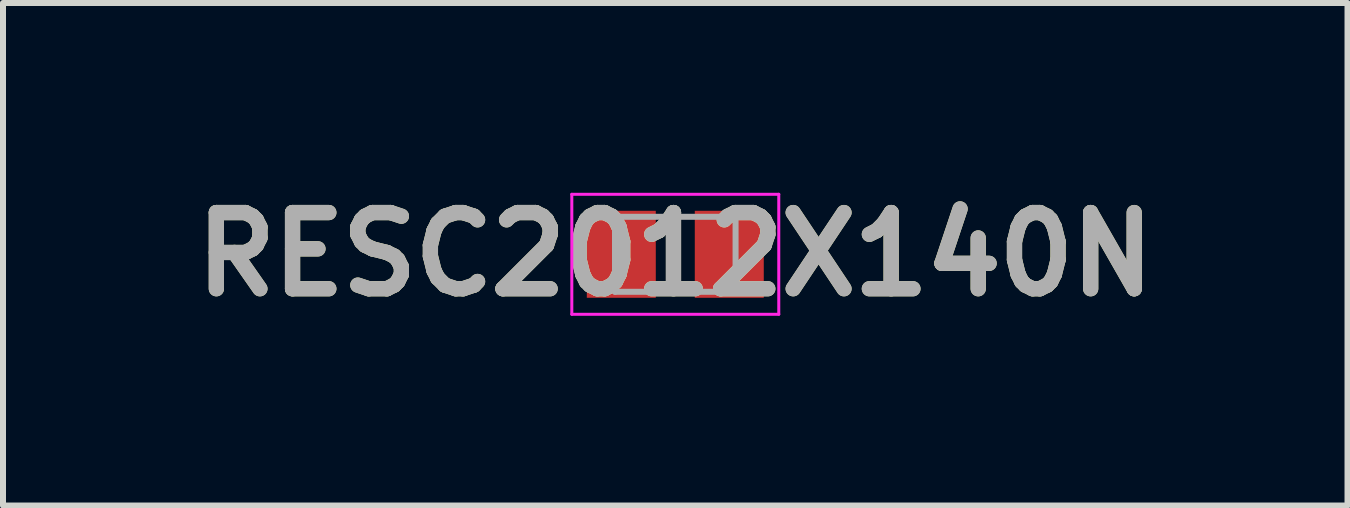
<source format=kicad_pcb>
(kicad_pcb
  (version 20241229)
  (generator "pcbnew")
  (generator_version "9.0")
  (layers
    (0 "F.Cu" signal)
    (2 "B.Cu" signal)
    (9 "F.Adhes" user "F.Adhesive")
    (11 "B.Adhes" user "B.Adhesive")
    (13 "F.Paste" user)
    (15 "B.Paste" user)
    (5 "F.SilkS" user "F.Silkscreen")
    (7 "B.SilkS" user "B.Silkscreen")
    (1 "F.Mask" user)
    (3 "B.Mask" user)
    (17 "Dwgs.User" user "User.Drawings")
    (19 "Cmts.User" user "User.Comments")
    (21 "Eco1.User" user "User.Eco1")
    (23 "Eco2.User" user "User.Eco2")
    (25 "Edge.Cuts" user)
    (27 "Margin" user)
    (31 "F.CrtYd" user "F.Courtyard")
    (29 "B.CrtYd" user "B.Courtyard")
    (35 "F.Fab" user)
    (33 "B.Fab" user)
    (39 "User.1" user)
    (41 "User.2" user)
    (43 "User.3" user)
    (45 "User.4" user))
  (footprint "RESC2012X140N"
    (layer "F.Cu")
    (at 8.207 1.189)
    (property "Reference" "RESC2012X140N" (at 0 0 0) (layer "F.SilkS") (effects (font (size 1.27 1.27) (thickness 0.254))))
    (attr smd)
    (fp_line (start -1.725 -1) (end 1.725 -1) (stroke (width 0.05) (type solid)) (layer "F.CrtYd"))
    (fp_line (start -1.725 1) (end -1.725 -1) (stroke (width 0.05) (type solid)) (layer "F.CrtYd"))
    (fp_line (start 1.725 -1) (end 1.725 1) (stroke (width 0.05) (type solid)) (layer "F.CrtYd"))
    (fp_line (start 1.725 1) (end -1.725 1) (stroke (width 0.05) (type solid)) (layer "F.CrtYd"))
    (fp_line (start -1.005 -0.625) (end 1.005 -0.625) (stroke (width 0.1) (type solid)) (layer "F.Fab"))
    (fp_line (start -1.005 0.625) (end -1.005 -0.625) (stroke (width 0.1) (type solid)) (layer "F.Fab"))
    (fp_line (start 1.005 -0.625) (end 1.005 0.625) (stroke (width 0.1) (type solid)) (layer "F.Fab"))
    (fp_line (start 1.005 0.625) (end -1.005 0.625) (stroke (width 0.1) (type solid)) (layer "F.Fab"))
    (fp_text user "${REFERENCE}" (at 0 0 0) (layer "F.Fab") (effects (font (size 1.27 1.27) (thickness 0.254))))
    (pad "1" smd rect (at -0.9 0) (size 1.15 1.45) (layers "F.Cu" "F.Mask" "F.Paste"))
    (pad "2" smd rect (at 0.9 0) (size 1.15 1.45) (layers "F.Cu" "F.Mask" "F.Paste")))
  (gr_rect
    (start -3 -3)
    (end 19.413 5.377)
    (stroke (width 0.1) (type default))
    (fill no)
    (layer "Edge.Cuts")))
</source>
